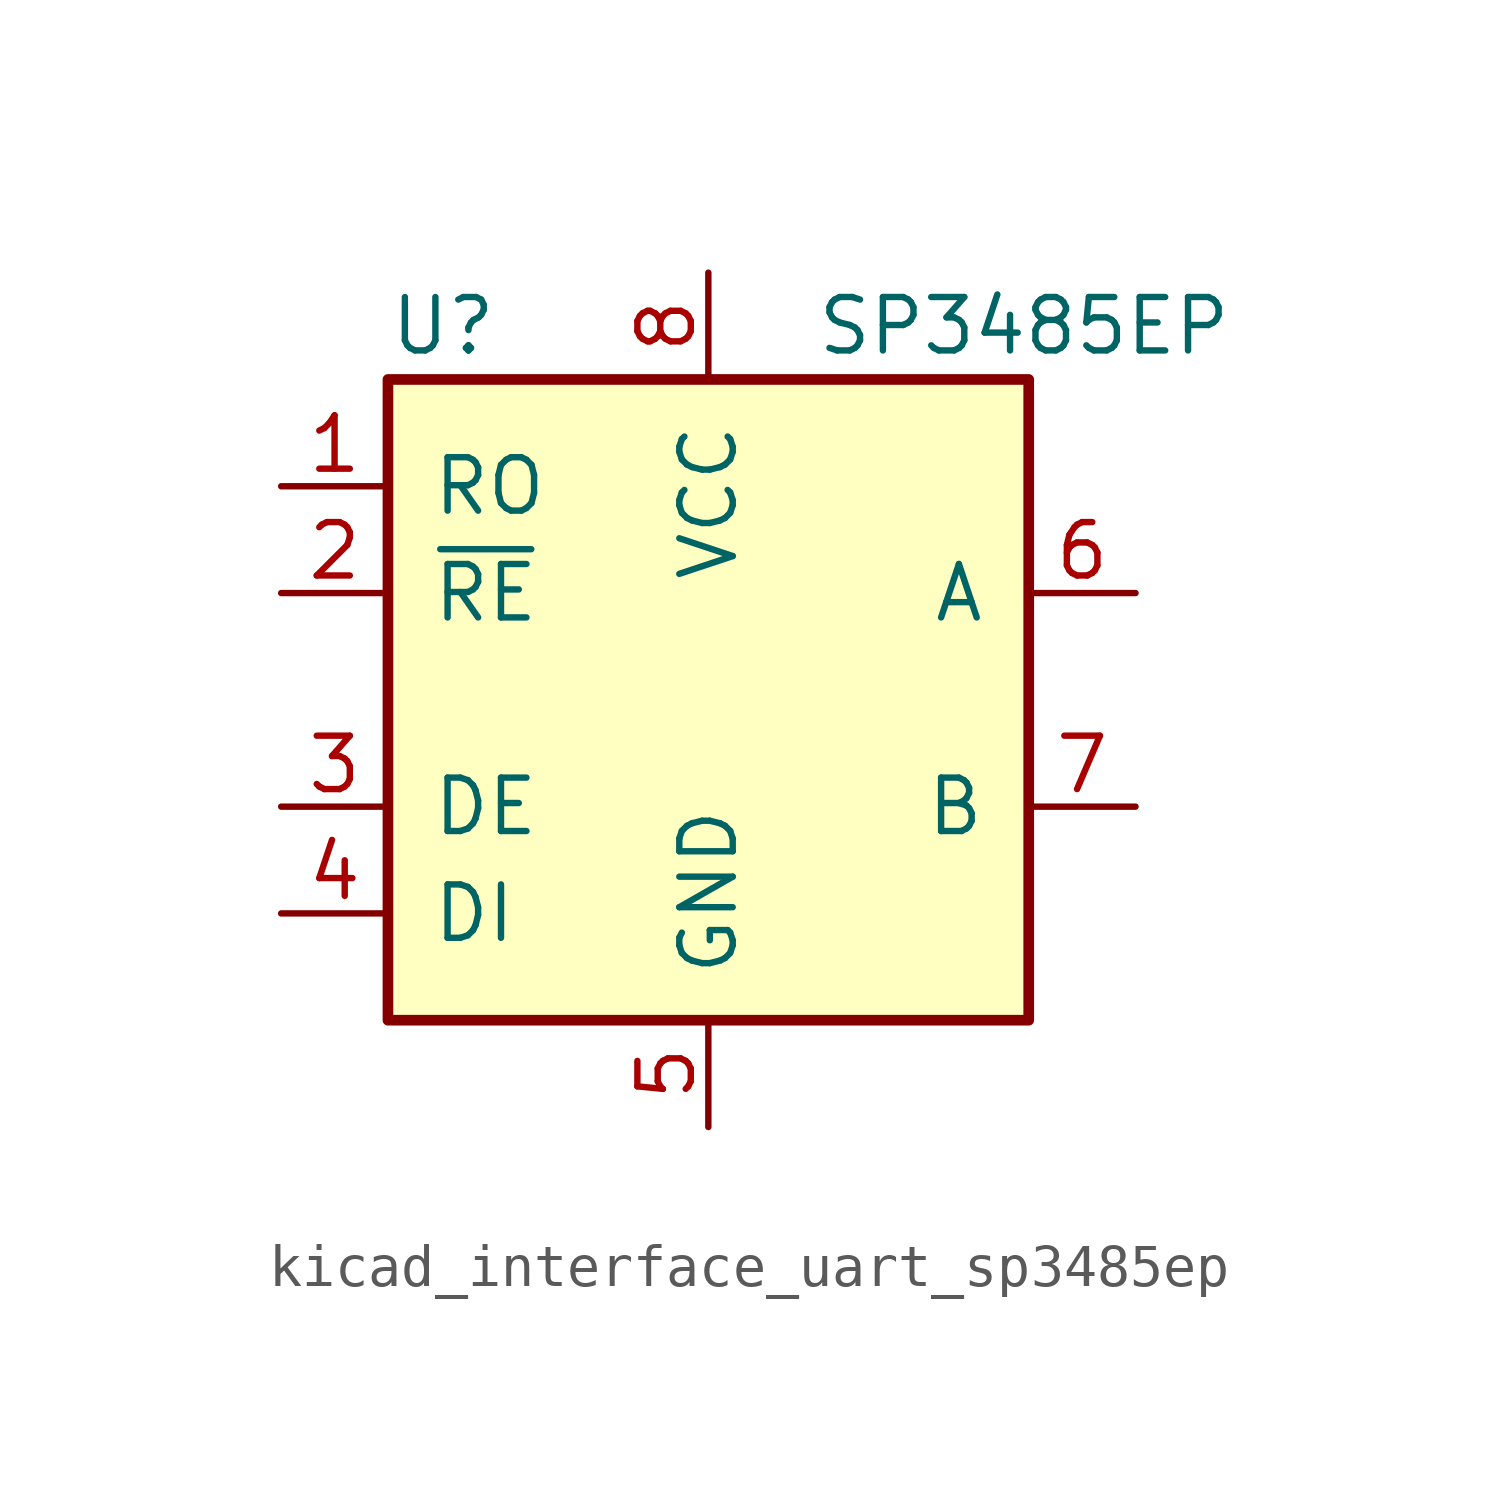
<source format=kicad_sym>
(kicad_symbol_lib
  (version 20220914)
  (generator kicad_symbol_editor)
  (symbol "kicad_interface_uart_sp3485ep"
    (pin_names
      (offset 1.016))
    (property "Reference" "U"
      (at -7.62 8.89 0)
      (effects (font (size 1.27 1.27)) (justify left)))
    (property "Value" "SP3485EP"
      (at 2.54 8.89 0)
      (effects (font (size 1.27 1.27)) (justify left)))
    (symbol "kicad_interface_uart_sp3485ep_0_1"
      (rectangle (start -7.62 7.62) (end 7.62 -7.62) (stroke (width 0.254) (type default)) (fill (type background))))
    (symbol "kicad_interface_uart_sp3485ep_1_1"
      (pin output line (at -10.16 5.08 0) (length 2.54) (name "RO" (effects (font (size 1.27 1.27)))) (number "1" (effects (font (size 1.27 1.27)))))
      (pin input line (at -10.16 2.54 0) (length 2.54) (name "~{RE}" (effects (font (size 1.27 1.27)))) (number "2" (effects (font (size 1.27 1.27)))))
      (pin input line (at -10.16 -2.54 0) (length 2.54) (name "DE" (effects (font (size 1.27 1.27)))) (number "3" (effects (font (size 1.27 1.27)))))
      (pin input line (at -10.16 -5.08 0) (length 2.54) (name "DI" (effects (font (size 1.27 1.27)))) (number "4" (effects (font (size 1.27 1.27)))))
      (pin power_in line (at 0 -10.16 90) (length 2.54) (name "GND" (effects (font (size 1.27 1.27)))) (number "5" (effects (font (size 1.27 1.27)))))
      (pin bidirectional line (at 10.16 2.54 180) (length 2.54) (name "A" (effects (font (size 1.27 1.27)))) (number "6" (effects (font (size 1.27 1.27)))))
      (pin bidirectional line (at 10.16 -2.54 180) (length 2.54) (name "B" (effects (font (size 1.27 1.27)))) (number "7" (effects (font (size 1.27 1.27)))))
      (pin power_in line (at 0 10.16 270) (length 2.54) (name "VCC" (effects (font (size 1.27 1.27)))) (number "8" (effects (font (size 1.27 1.27))))))))
</source>
